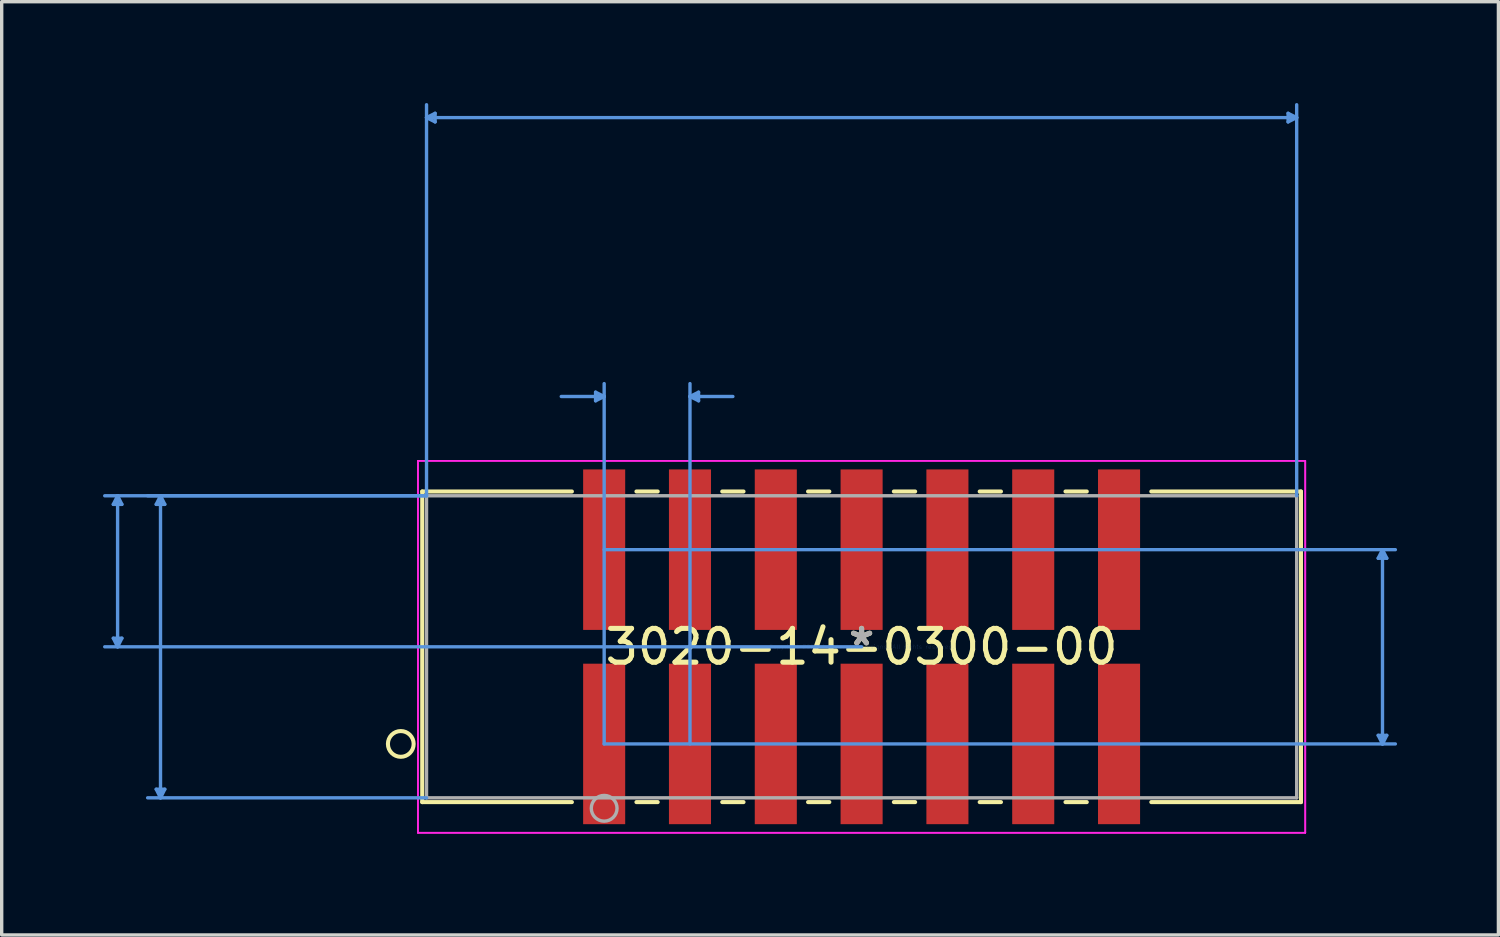
<source format=kicad_pcb>
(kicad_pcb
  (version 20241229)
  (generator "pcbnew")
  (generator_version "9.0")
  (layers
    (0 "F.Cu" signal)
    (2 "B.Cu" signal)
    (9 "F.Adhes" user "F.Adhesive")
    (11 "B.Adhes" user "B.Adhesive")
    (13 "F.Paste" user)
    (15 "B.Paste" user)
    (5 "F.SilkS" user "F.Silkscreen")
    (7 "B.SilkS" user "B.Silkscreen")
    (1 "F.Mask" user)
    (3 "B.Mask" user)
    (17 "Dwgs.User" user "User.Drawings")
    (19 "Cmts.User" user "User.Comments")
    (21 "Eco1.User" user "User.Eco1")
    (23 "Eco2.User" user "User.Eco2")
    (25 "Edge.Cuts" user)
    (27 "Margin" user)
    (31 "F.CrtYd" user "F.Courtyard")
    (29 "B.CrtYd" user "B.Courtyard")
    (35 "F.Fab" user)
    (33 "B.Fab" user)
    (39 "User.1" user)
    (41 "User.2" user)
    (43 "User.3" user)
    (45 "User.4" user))
  (footprint "3020-14-0300-00"
    (layer "F.Cu")
    (at 22.453 16.095)
    (property "Reference" "3020-14-0300-00" (at 0 0 0) (layer "F.SilkS") (effects (font (size 1 1) (thickness 0.15))))
    (attr through_hole)
    (fp_line (start -13.005 -4.597) (end -13.005 4.597) (stroke (width 0.12) (type solid)) (layer "F.SilkS"))
    (fp_line (start -13.005 4.597) (end -8.575 4.597) (stroke (width 0.12) (type solid)) (layer "F.SilkS"))
    (fp_line (start -8.575 -4.597) (end -13.005 -4.597) (stroke (width 0.12) (type solid)) (layer "F.SilkS"))
    (fp_line (start -6.665 4.597) (end -6.035 4.597) (stroke (width 0.12) (type solid)) (layer "F.SilkS"))
    (fp_line (start -6.035 -4.597) (end -6.665 -4.597) (stroke (width 0.12) (type solid)) (layer "F.SilkS"))
    (fp_line (start -4.125 4.597) (end -3.495 4.597) (stroke (width 0.12) (type solid)) (layer "F.SilkS"))
    (fp_line (start -3.495 -4.597) (end -4.125 -4.597) (stroke (width 0.12) (type solid)) (layer "F.SilkS"))
    (fp_line (start -1.585 4.597) (end -0.955 4.597) (stroke (width 0.12) (type solid)) (layer "F.SilkS"))
    (fp_line (start -0.955 -4.597) (end -1.585 -4.597) (stroke (width 0.12) (type solid)) (layer "F.SilkS"))
    (fp_line (start 0.955 4.597) (end 1.585 4.597) (stroke (width 0.12) (type solid)) (layer "F.SilkS"))
    (fp_line (start 1.585 -4.597) (end 0.955 -4.597) (stroke (width 0.12) (type solid)) (layer "F.SilkS"))
    (fp_line (start 3.495 4.597) (end 4.125 4.597) (stroke (width 0.12) (type solid)) (layer "F.SilkS"))
    (fp_line (start 4.125 -4.597) (end 3.495 -4.597) (stroke (width 0.12) (type solid)) (layer "F.SilkS"))
    (fp_line (start 6.035 4.597) (end 6.665 4.597) (stroke (width 0.12) (type solid)) (layer "F.SilkS"))
    (fp_line (start 6.665 -4.597) (end 6.035 -4.597) (stroke (width 0.12) (type solid)) (layer "F.SilkS"))
    (fp_line (start 8.575 4.597) (end 13.005 4.597) (stroke (width 0.12) (type solid)) (layer "F.SilkS"))
    (fp_line (start 13.005 -4.597) (end 8.575 -4.597) (stroke (width 0.12) (type solid)) (layer "F.SilkS"))
    (fp_line (start 13.005 4.597) (end 13.005 -4.597) (stroke (width 0.12) (type solid)) (layer "F.SilkS"))
    (fp_circle (center -13.64 2.875) (end -13.259 2.875) (stroke (width 0.12) (type solid)) (fill no) (layer "F.SilkS"))
    (fp_line (start -22.149 -4.216) (end -21.895 -4.216) (stroke (width 0.1) (type solid)) (layer "Cmts.User"))
    (fp_line (start -22.149 -0.254) (end -21.895 -0.254) (stroke (width 0.1) (type solid)) (layer "Cmts.User"))
    (fp_line (start -22.022 -4.47) (end -22.149 -4.216) (stroke (width 0.1) (type solid)) (layer "Cmts.User"))
    (fp_line (start -22.022 -4.47) (end -22.022 0) (stroke (width 0.1) (type solid)) (layer "Cmts.User"))
    (fp_line (start -22.022 -4.47) (end -21.895 -4.216) (stroke (width 0.1) (type solid)) (layer "Cmts.User"))
    (fp_line (start -22.022 0) (end -22.149 -0.254) (stroke (width 0.1) (type solid)) (layer "Cmts.User"))
    (fp_line (start -22.022 0) (end -21.895 -0.254) (stroke (width 0.1) (type solid)) (layer "Cmts.User"))
    (fp_line (start -20.879 -4.216) (end -20.625 -4.216) (stroke (width 0.1) (type solid)) (layer "Cmts.User"))
    (fp_line (start -20.879 4.216) (end -20.625 4.216) (stroke (width 0.1) (type solid)) (layer "Cmts.User"))
    (fp_line (start -20.752 -4.47) (end -20.879 -4.216) (stroke (width 0.1) (type solid)) (layer "Cmts.User"))
    (fp_line (start -20.752 -4.47) (end -20.752 4.47) (stroke (width 0.1) (type solid)) (layer "Cmts.User"))
    (fp_line (start -20.752 -4.47) (end -20.625 -4.216) (stroke (width 0.1) (type solid)) (layer "Cmts.User"))
    (fp_line (start -20.752 4.47) (end -20.879 4.216) (stroke (width 0.1) (type solid)) (layer "Cmts.User"))
    (fp_line (start -20.752 4.47) (end -20.625 4.216) (stroke (width 0.1) (type solid)) (layer "Cmts.User"))
    (fp_line (start -12.878 -15.664) (end -12.624 -15.791) (stroke (width 0.1) (type solid)) (layer "Cmts.User"))
    (fp_line (start -12.878 -15.664) (end -12.624 -15.537) (stroke (width 0.1) (type solid)) (layer "Cmts.User"))
    (fp_line (start -12.878 -15.664) (end 12.878 -15.664) (stroke (width 0.1) (type solid)) (layer "Cmts.User"))
    (fp_line (start -12.878 -4.47) (end -22.403 -4.47) (stroke (width 0.1) (type solid)) (layer "Cmts.User"))
    (fp_line (start -12.878 -4.47) (end -21.133 -4.47) (stroke (width 0.1) (type solid)) (layer "Cmts.User"))
    (fp_line (start -12.878 -4.47) (end -12.878 -16.045) (stroke (width 0.1) (type solid)) (layer "Cmts.User"))
    (fp_line (start -12.878 4.47) (end -21.133 4.47) (stroke (width 0.1) (type solid)) (layer "Cmts.User"))
    (fp_line (start -12.624 -15.791) (end -12.624 -15.537) (stroke (width 0.1) (type solid)) (layer "Cmts.User"))
    (fp_line (start -7.874 -7.536) (end -7.874 -7.282) (stroke (width 0.1) (type solid)) (layer "Cmts.User"))
    (fp_line (start -7.62 -7.409) (end -8.89 -7.409) (stroke (width 0.1) (type solid)) (layer "Cmts.User"))
    (fp_line (start -7.62 -7.409) (end -7.874 -7.536) (stroke (width 0.1) (type solid)) (layer "Cmts.User"))
    (fp_line (start -7.62 -7.409) (end -7.874 -7.282) (stroke (width 0.1) (type solid)) (layer "Cmts.User"))
    (fp_line (start -7.62 -2.875) (end 15.799 -2.875) (stroke (width 0.1) (type solid)) (layer "Cmts.User"))
    (fp_line (start -7.62 2.875) (end -7.62 -7.79) (stroke (width 0.1) (type solid)) (layer "Cmts.User"))
    (fp_line (start -7.62 2.875) (end 15.799 2.875) (stroke (width 0.1) (type solid)) (layer "Cmts.User"))
    (fp_line (start -5.08 -7.409) (end -4.826 -7.536) (stroke (width 0.1) (type solid)) (layer "Cmts.User"))
    (fp_line (start -5.08 -7.409) (end -4.826 -7.282) (stroke (width 0.1) (type solid)) (layer "Cmts.User"))
    (fp_line (start -5.08 -7.409) (end -3.81 -7.409) (stroke (width 0.1) (type solid)) (layer "Cmts.User"))
    (fp_line (start -5.08 2.875) (end -5.08 -7.79) (stroke (width 0.1) (type solid)) (layer "Cmts.User"))
    (fp_line (start -4.826 -7.536) (end -4.826 -7.282) (stroke (width 0.1) (type solid)) (layer "Cmts.User"))
    (fp_line (start 0 0) (end -22.403 0) (stroke (width 0.1) (type solid)) (layer "Cmts.User"))
    (fp_line (start 12.624 -15.791) (end 12.624 -15.537) (stroke (width 0.1) (type solid)) (layer "Cmts.User"))
    (fp_line (start 12.878 -15.664) (end 12.624 -15.791) (stroke (width 0.1) (type solid)) (layer "Cmts.User"))
    (fp_line (start 12.878 -15.664) (end 12.624 -15.537) (stroke (width 0.1) (type solid)) (layer "Cmts.User"))
    (fp_line (start 12.878 -4.47) (end 12.878 -16.045) (stroke (width 0.1) (type solid)) (layer "Cmts.User"))
    (fp_line (start 15.291 -2.621) (end 15.545 -2.621) (stroke (width 0.1) (type solid)) (layer "Cmts.User"))
    (fp_line (start 15.291 2.621) (end 15.545 2.621) (stroke (width 0.1) (type solid)) (layer "Cmts.User"))
    (fp_line (start 15.418 -2.875) (end 15.291 -2.621) (stroke (width 0.1) (type solid)) (layer "Cmts.User"))
    (fp_line (start 15.418 -2.875) (end 15.418 2.875) (stroke (width 0.1) (type solid)) (layer "Cmts.User"))
    (fp_line (start 15.418 -2.875) (end 15.545 -2.621) (stroke (width 0.1) (type solid)) (layer "Cmts.User"))
    (fp_line (start 15.418 2.875) (end 15.291 2.621) (stroke (width 0.1) (type solid)) (layer "Cmts.User"))
    (fp_line (start 15.418 2.875) (end 15.545 2.621) (stroke (width 0.1) (type solid)) (layer "Cmts.User"))
    (fp_line (start -13.132 -5.504) (end -13.132 5.504) (stroke (width 0.05) (type solid)) (layer "F.CrtYd"))
    (fp_line (start -13.132 -5.504) (end -13.132 5.504) (stroke (width 0.05) (type solid)) (layer "F.CrtYd"))
    (fp_line (start -13.132 5.504) (end 13.132 5.504) (stroke (width 0.05) (type solid)) (layer "F.CrtYd"))
    (fp_line (start -13.132 5.504) (end 13.132 5.504) (stroke (width 0.05) (type solid)) (layer "F.CrtYd"))
    (fp_line (start 13.132 -5.504) (end -13.132 -5.504) (stroke (width 0.05) (type solid)) (layer "F.CrtYd"))
    (fp_line (start 13.132 -5.504) (end -13.132 -5.504) (stroke (width 0.05) (type solid)) (layer "F.CrtYd"))
    (fp_line (start 13.132 5.504) (end 13.132 -5.504) (stroke (width 0.05) (type solid)) (layer "F.CrtYd"))
    (fp_line (start 13.132 5.504) (end 13.132 -5.504) (stroke (width 0.05) (type solid)) (layer "F.CrtYd"))
    (fp_line (start -12.878 -4.47) (end -12.878 4.47) (stroke (width 0.1) (type solid)) (layer "F.Fab"))
    (fp_line (start -12.878 4.47) (end 12.878 4.47) (stroke (width 0.1) (type solid)) (layer "F.Fab"))
    (fp_line (start 12.878 -4.47) (end -12.878 -4.47) (stroke (width 0.1) (type solid)) (layer "F.Fab"))
    (fp_line (start 12.878 4.47) (end 12.878 -4.47) (stroke (width 0.1) (type solid)) (layer "F.Fab"))
    (fp_circle (center -7.62 4.78) (end -7.239 4.78) (stroke (width 0.1) (type solid)) (fill no) (layer "F.Fab"))
    (fp_text user "*" (at 0 0 0) (layer "F.SilkS") (effects (font (size 1 1) (thickness 0.15))))
    (fp_text user "Copyright 2021 Accelerated Designs. All rights reserved." (at 0 0 0) (layer "Cmts.User") (effects (font (size 0.127 0.127) (thickness 0.002))))
    (fp_text user "*" (at 0 0 0) (layer "F.Fab") (effects (font (size 1 1) (thickness 0.15))))
    (pad "1" smd rect (at -7.62 2.875) (size 1.245 4.75) (layers "F.Cu" "F.Mask" "F.Paste"))
    (pad "2" smd rect (at -7.62 -2.875) (size 1.245 4.75) (layers "F.Cu" "F.Mask" "F.Paste"))
    (pad "3" smd rect (at -5.08 2.875) (size 1.245 4.75) (layers "F.Cu" "F.Mask" "F.Paste"))
    (pad "4" smd rect (at -5.08 -2.875) (size 1.245 4.75) (layers "F.Cu" "F.Mask" "F.Paste"))
    (pad "5" smd rect (at -2.54 2.875) (size 1.245 4.75) (layers "F.Cu" "F.Mask" "F.Paste"))
    (pad "6" smd rect (at -2.54 -2.875) (size 1.245 4.75) (layers "F.Cu" "F.Mask" "F.Paste"))
    (pad "7" smd rect (at 0 2.875) (size 1.245 4.75) (layers "F.Cu" "F.Mask" "F.Paste"))
    (pad "8" smd rect (at 0 -2.875) (size 1.245 4.75) (layers "F.Cu" "F.Mask" "F.Paste"))
    (pad "9" smd rect (at 2.54 2.875) (size 1.245 4.75) (layers "F.Cu" "F.Mask" "F.Paste"))
    (pad "10" smd rect (at 2.54 -2.875) (size 1.245 4.75) (layers "F.Cu" "F.Mask" "F.Paste"))
    (pad "11" smd rect (at 5.08 2.875) (size 1.245 4.75) (layers "F.Cu" "F.Mask" "F.Paste"))
    (pad "12" smd rect (at 5.08 -2.875) (size 1.245 4.75) (layers "F.Cu" "F.Mask" "F.Paste"))
    (pad "13" smd rect (at 7.62 2.875) (size 1.245 4.75) (layers "F.Cu" "F.Mask" "F.Paste"))
    (pad "14" smd rect (at 7.62 -2.875) (size 1.245 4.75) (layers "F.Cu" "F.Mask" "F.Paste")))
  (gr_rect
    (start -3 -3)
    (end 41.302 24.624)
    (stroke (width 0.1) (type default))
    (fill no)
    (layer "Edge.Cuts")))
</source>
